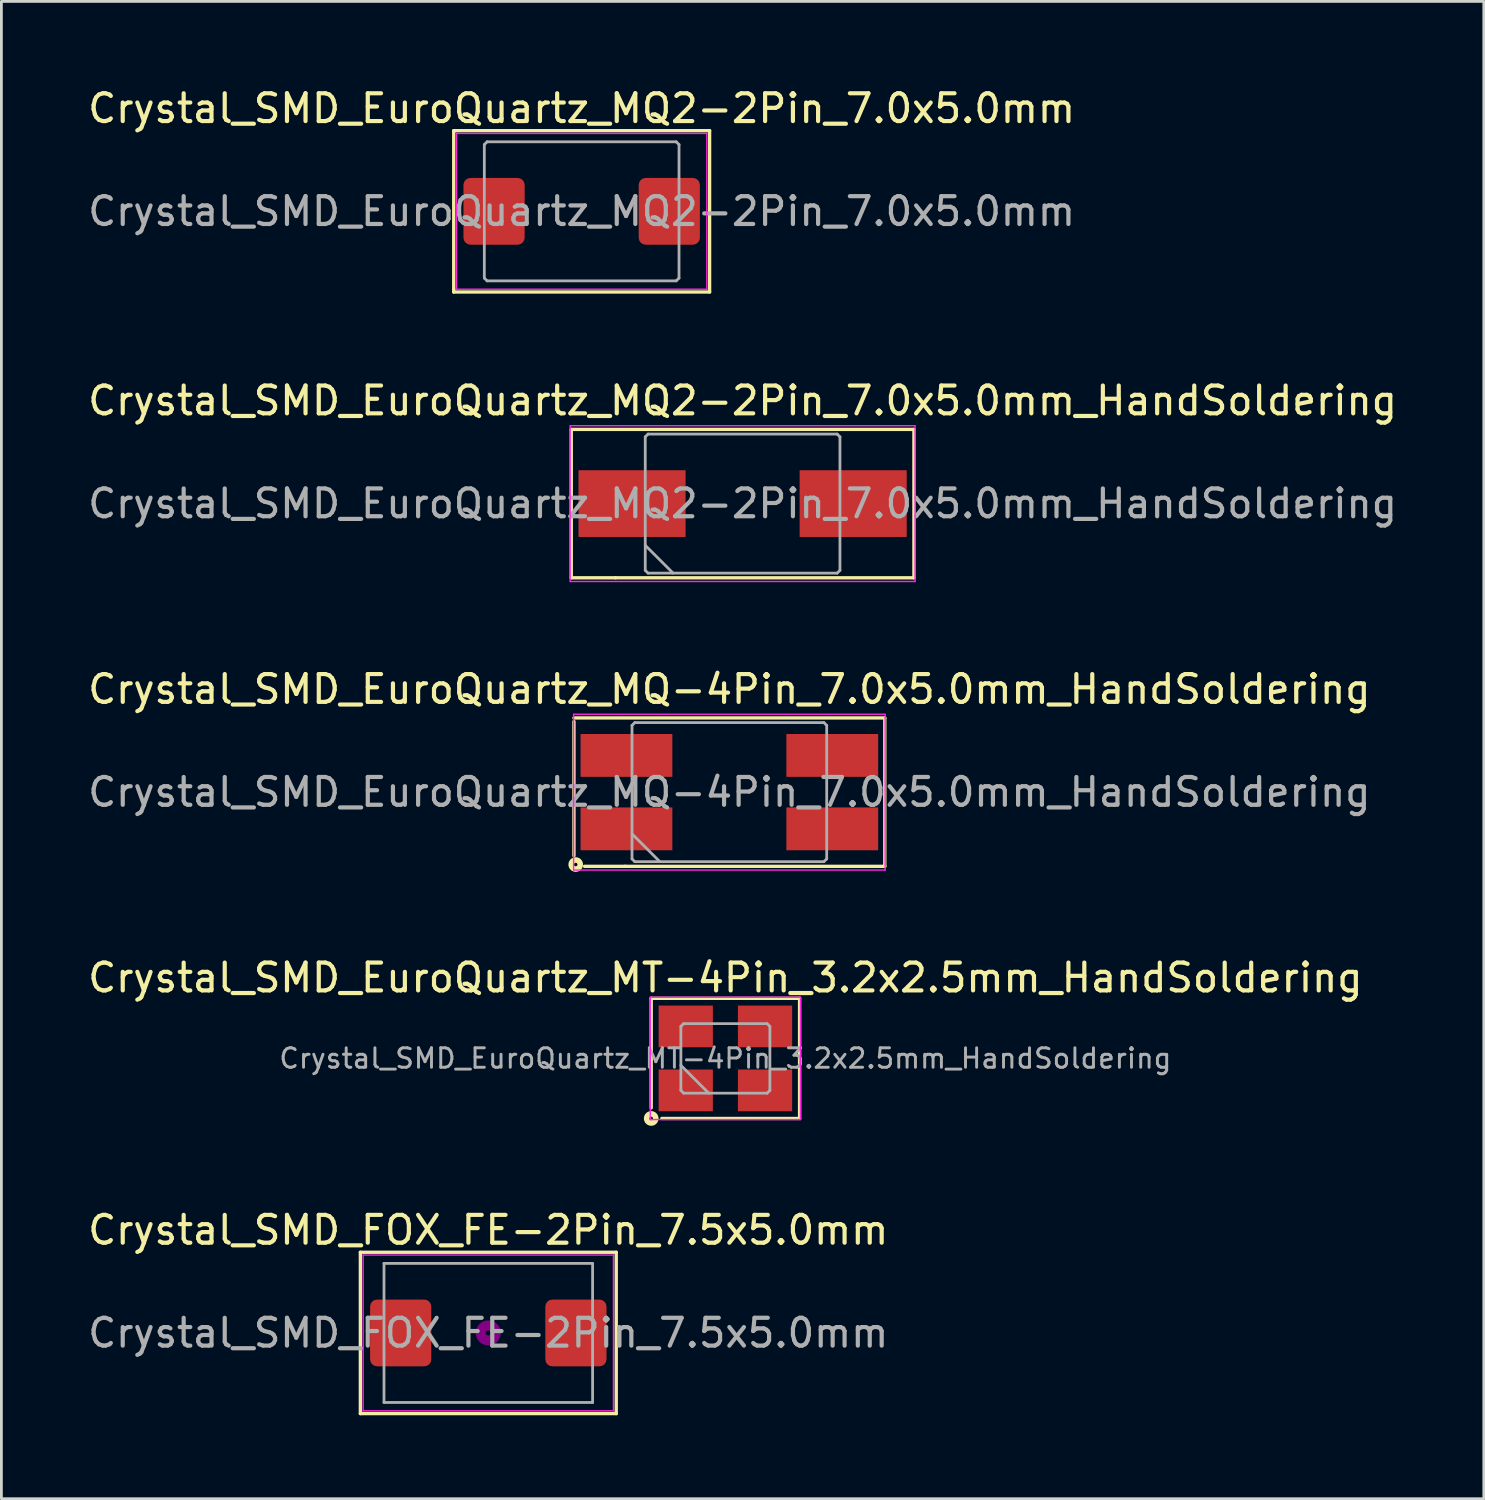
<source format=kicad_pcb>
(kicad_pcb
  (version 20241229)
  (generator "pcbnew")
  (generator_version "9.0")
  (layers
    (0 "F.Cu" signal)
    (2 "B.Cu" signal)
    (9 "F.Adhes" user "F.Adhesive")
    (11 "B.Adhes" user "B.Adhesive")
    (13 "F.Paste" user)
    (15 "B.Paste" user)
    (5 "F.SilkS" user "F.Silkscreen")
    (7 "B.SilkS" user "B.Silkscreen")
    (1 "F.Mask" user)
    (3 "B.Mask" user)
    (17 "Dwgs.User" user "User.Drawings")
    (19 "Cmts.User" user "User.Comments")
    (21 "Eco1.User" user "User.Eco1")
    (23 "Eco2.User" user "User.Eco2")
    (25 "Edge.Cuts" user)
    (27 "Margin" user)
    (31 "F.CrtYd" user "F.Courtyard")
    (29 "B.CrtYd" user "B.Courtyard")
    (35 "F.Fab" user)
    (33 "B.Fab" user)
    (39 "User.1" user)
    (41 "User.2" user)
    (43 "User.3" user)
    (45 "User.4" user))
  (footprint "Crystal_SMD_EuroQuartz_MQ-4Pin_7.0x5.0mm_HandSoldering"
    (layer "F.Cu")
    (at 23.173 25.43)
    (property "Reference" "Crystal_SMD_EuroQuartz_MQ-4Pin_7.0x5.0mm_HandSoldering" (at 0 -3.7 0) (layer "F.SilkS") (effects (font (size 1 1) (thickness 0.15))))
    (attr smd)
    (fp_line (start -5.588 -2.667) (end 5.588 -2.667) (stroke (width 0.12) (type solid)) (layer "F.SilkS"))
    (fp_line (start -5.588 -2.54) (end -5.588 2.286) (stroke (width 0.12) (type solid)) (layer "F.SilkS"))
    (fp_line (start -3.747 2.667) (end -5.207 2.667) (stroke (width 0.12) (type solid)) (layer "F.SilkS"))
    (fp_line (start 5.588 -2.667) (end 5.588 2.667) (stroke (width 0.12) (type solid)) (layer "F.SilkS"))
    (fp_line (start 5.588 2.667) (end -3.747 2.667) (stroke (width 0.12) (type solid)) (layer "F.SilkS"))
    (fp_circle (center -5.524 2.603) (end -5.461 2.603) (stroke (width 0.2) (type solid)) (fill no) (layer "F.SilkS"))
    (fp_line (start -5.6 -2.8) (end -5.6 2.8) (stroke (width 0.05) (type solid)) (layer "F.CrtYd"))
    (fp_line (start -5.6 2.8) (end 5.6 2.8) (stroke (width 0.05) (type solid)) (layer "F.CrtYd"))
    (fp_line (start 5.6 -2.8) (end -5.6 -2.8) (stroke (width 0.05) (type solid)) (layer "F.CrtYd"))
    (fp_line (start 5.6 2.8) (end 5.6 -2.8) (stroke (width 0.05) (type solid)) (layer "F.CrtYd"))
    (fp_line (start -3.5 -2.4) (end -3.4 -2.5) (stroke (width 0.1) (type solid)) (layer "F.Fab"))
    (fp_line (start -3.5 1.5) (end -2.5 2.5) (stroke (width 0.1) (type solid)) (layer "F.Fab"))
    (fp_line (start -3.5 2.4) (end -3.5 -2.4) (stroke (width 0.1) (type solid)) (layer "F.Fab"))
    (fp_line (start -3.4 -2.5) (end 3.4 -2.5) (stroke (width 0.1) (type solid)) (layer "F.Fab"))
    (fp_line (start -3.4 2.5) (end -3.5 2.4) (stroke (width 0.1) (type solid)) (layer "F.Fab"))
    (fp_line (start 3.4 -2.5) (end 3.5 -2.4) (stroke (width 0.1) (type solid)) (layer "F.Fab"))
    (fp_line (start 3.4 2.5) (end -3.4 2.5) (stroke (width 0.1) (type solid)) (layer "F.Fab"))
    (fp_line (start 3.5 -2.4) (end 3.5 2.4) (stroke (width 0.1) (type solid)) (layer "F.Fab"))
    (fp_line (start 3.5 2.4) (end 3.4 2.5) (stroke (width 0.1) (type solid)) (layer "F.Fab"))
    (fp_text user "${REFERENCE}" (at 0 0 0) (layer "F.Fab") (effects (font (size 1 1) (thickness 0.15))))
    (pad "1" smd rect (at -3.7 1.32) (size 3.3 1.54) (layers "F.Cu" "F.Mask" "F.Paste"))
    (pad "2" smd rect (at 3.7 1.32) (size 3.3 1.54) (layers "F.Cu" "F.Mask" "F.Paste"))
    (pad "3" smd rect (at 3.7 -1.32) (size 3.3 1.54) (layers "F.Cu" "F.Mask" "F.Paste"))
    (pad "4" smd rect (at -3.7 -1.32) (size 3.3 1.54) (layers "F.Cu" "F.Mask" "F.Paste")))
  (footprint "Crystal_SMD_EuroQuartz_MQ2-2Pin_7.0x5.0mm"
    (layer "F.Cu")
    (at 17.863 4.548)
    (property "Reference" "Crystal_SMD_EuroQuartz_MQ2-2Pin_7.0x5.0mm" (at 0 -3.7 0) (layer "F.SilkS") (effects (font (size 1 1) (thickness 0.15))))
    (attr smd)
    (fp_line (start -4.6 -2.9) (end -4.6 2.8) (stroke (width 0.12) (type solid)) (layer "F.SilkS"))
    (fp_line (start -4.6 2.8) (end -4.6 2.9) (stroke (width 0.12) (type solid)) (layer "F.SilkS"))
    (fp_line (start -4.6 2.9) (end 4.6 2.9) (stroke (width 0.12) (type solid)) (layer "F.SilkS"))
    (fp_line (start 4.6 -2.9) (end -4.6 -2.9) (stroke (width 0.12) (type solid)) (layer "F.SilkS"))
    (fp_line (start 4.6 2.9) (end 4.6 -2.9) (stroke (width 0.12) (type solid)) (layer "F.SilkS"))
    (fp_line (start -4.5 -2.8) (end -4.5 2.8) (stroke (width 0.05) (type solid)) (layer "F.CrtYd"))
    (fp_line (start -4.5 2.8) (end 4.5 2.8) (stroke (width 0.05) (type solid)) (layer "F.CrtYd"))
    (fp_line (start 4.5 -2.8) (end -4.5 -2.8) (stroke (width 0.05) (type solid)) (layer "F.CrtYd"))
    (fp_line (start 4.5 2.8) (end 4.5 -2.8) (stroke (width 0.05) (type solid)) (layer "F.CrtYd"))
    (fp_line (start -3.5 -2.4) (end -3.4 -2.5) (stroke (width 0.1) (type solid)) (layer "F.Fab"))
    (fp_line (start -3.5 2.4) (end -3.5 -2.4) (stroke (width 0.1) (type solid)) (layer "F.Fab"))
    (fp_line (start -3.4 -2.5) (end 3.4 -2.5) (stroke (width 0.1) (type solid)) (layer "F.Fab"))
    (fp_line (start -3.4 2.5) (end -3.5 2.4) (stroke (width 0.1) (type solid)) (layer "F.Fab"))
    (fp_line (start 3.4 -2.5) (end 3.5 -2.4) (stroke (width 0.1) (type solid)) (layer "F.Fab"))
    (fp_line (start 3.4 2.5) (end -3.4 2.5) (stroke (width 0.1) (type solid)) (layer "F.Fab"))
    (fp_line (start 3.5 -2.4) (end 3.5 2.4) (stroke (width 0.1) (type solid)) (layer "F.Fab"))
    (fp_line (start 3.5 2.4) (end 3.4 2.5) (stroke (width 0.1) (type solid)) (layer "F.Fab"))
    (fp_text user "${REFERENCE}" (at 0 0 0) (layer "F.Fab") (effects (font (size 1 1) (thickness 0.15))))
    (pad "1" smd roundrect (at -3.15 0) (size 2.2 2.4) (layers "F.Cu" "F.Mask" "F.Paste") (roundrect_rratio 0.114))
    (pad "2" smd roundrect (at 3.15 0) (size 2.2 2.4) (layers "F.Cu" "F.Mask" "F.Paste") (roundrect_rratio 0.114)))
  (footprint "Crystal_SMD_EuroQuartz_MQ2-2Pin_7.0x5.0mm_HandSoldering"
    (layer "F.Cu")
    (at 23.649 15.056)
    (property "Reference" "Crystal_SMD_EuroQuartz_MQ2-2Pin_7.0x5.0mm_HandSoldering" (at 0 -3.7 0) (layer "F.SilkS") (effects (font (size 1 1) (thickness 0.15))))
    (attr smd)
    (fp_line (start -6.16 -2.667) (end -6.16 2.667) (stroke (width 0.12) (type solid)) (layer "F.SilkS"))
    (fp_line (start -6.16 -2.667) (end 6.16 -2.667) (stroke (width 0.12) (type solid)) (layer "F.SilkS"))
    (fp_line (start -4.572 2.667) (end -6.16 2.667) (stroke (width 0.12) (type solid)) (layer "F.SilkS"))
    (fp_line (start 6.16 -2.667) (end 6.16 2.667) (stroke (width 0.12) (type solid)) (layer "F.SilkS"))
    (fp_line (start 6.16 2.667) (end -4.572 2.667) (stroke (width 0.12) (type solid)) (layer "F.SilkS"))
    (fp_line (start -6.2 -2.8) (end -6.2 2.8) (stroke (width 0.05) (type solid)) (layer "F.CrtYd"))
    (fp_line (start -6.2 2.8) (end 6.2 2.8) (stroke (width 0.05) (type solid)) (layer "F.CrtYd"))
    (fp_line (start 6.2 -2.8) (end -6.2 -2.8) (stroke (width 0.05) (type solid)) (layer "F.CrtYd"))
    (fp_line (start 6.2 2.8) (end 6.2 -2.8) (stroke (width 0.05) (type solid)) (layer "F.CrtYd"))
    (fp_line (start -3.5 -2.4) (end -3.4 -2.5) (stroke (width 0.1) (type solid)) (layer "F.Fab"))
    (fp_line (start -3.5 1.5) (end -2.5 2.5) (stroke (width 0.1) (type solid)) (layer "F.Fab"))
    (fp_line (start -3.5 2.4) (end -3.5 -2.4) (stroke (width 0.1) (type solid)) (layer "F.Fab"))
    (fp_line (start -3.4 -2.5) (end 3.4 -2.5) (stroke (width 0.1) (type solid)) (layer "F.Fab"))
    (fp_line (start -3.4 2.5) (end -3.5 2.4) (stroke (width 0.1) (type solid)) (layer "F.Fab"))
    (fp_line (start 3.4 -2.5) (end 3.5 -2.4) (stroke (width 0.1) (type solid)) (layer "F.Fab"))
    (fp_line (start 3.4 2.5) (end -3.4 2.5) (stroke (width 0.1) (type solid)) (layer "F.Fab"))
    (fp_line (start 3.5 -2.4) (end 3.5 2.4) (stroke (width 0.1) (type solid)) (layer "F.Fab"))
    (fp_line (start 3.5 2.4) (end 3.4 2.5) (stroke (width 0.1) (type solid)) (layer "F.Fab"))
    (fp_text user "${REFERENCE}" (at 0 0 0) (layer "F.Fab") (effects (font (size 1 1) (thickness 0.15))))
    (pad "1" smd rect (at -3.975 0) (size 3.85 2.4) (layers "F.Cu" "F.Mask" "F.Paste"))
    (pad "2" smd rect (at 3.975 0) (size 3.85 2.4) (layers "F.Cu" "F.Mask" "F.Paste")))
  (footprint "Crystal_SMD_EuroQuartz_MT-4Pin_3.2x2.5mm_HandSoldering"
    (layer "F.Cu")
    (at 23.03 35.003)
    (property "Reference" "Crystal_SMD_EuroQuartz_MT-4Pin_3.2x2.5mm_HandSoldering" (at 0 -2.9 0) (layer "F.SilkS") (effects (font (size 1 1) (thickness 0.15))))
    (attr smd)
    (fp_line (start -2.667 -2.159) (end 2.667 -2.159) (stroke (width 0.12) (type solid)) (layer "F.SilkS"))
    (fp_line (start -2.667 1.778) (end -2.667 -2.159) (stroke (width 0.12) (type solid)) (layer "F.SilkS"))
    (fp_line (start 2.667 -2.159) (end 2.667 2.159) (stroke (width 0.12) (type solid)) (layer "F.SilkS"))
    (fp_line (start 2.667 2.159) (end -2.286 2.159) (stroke (width 0.12) (type solid)) (layer "F.SilkS"))
    (fp_circle (center -2.667 2.159) (end -2.603 2.159) (stroke (width 0.2) (type solid)) (fill no) (layer "F.SilkS"))
    (fp_line (start -2.7 -2.2) (end -2.7 2.2) (stroke (width 0.05) (type solid)) (layer "F.CrtYd"))
    (fp_line (start -2.7 2.2) (end 2.7 2.2) (stroke (width 0.05) (type solid)) (layer "F.CrtYd"))
    (fp_line (start 2.7 -2.2) (end -2.7 -2.2) (stroke (width 0.05) (type solid)) (layer "F.CrtYd"))
    (fp_line (start 2.7 2.2) (end 2.7 -2.2) (stroke (width 0.05) (type solid)) (layer "F.CrtYd"))
    (fp_line (start -1.6 -1.15) (end -1.5 -1.25) (stroke (width 0.1) (type solid)) (layer "F.Fab"))
    (fp_line (start -1.6 0.25) (end -0.6 1.25) (stroke (width 0.1) (type solid)) (layer "F.Fab"))
    (fp_line (start -1.6 1.15) (end -1.6 -1.15) (stroke (width 0.1) (type solid)) (layer "F.Fab"))
    (fp_line (start -1.5 -1.25) (end 1.5 -1.25) (stroke (width 0.1) (type solid)) (layer "F.Fab"))
    (fp_line (start -1.5 1.25) (end -1.6 1.15) (stroke (width 0.1) (type solid)) (layer "F.Fab"))
    (fp_line (start 1.5 -1.25) (end 1.6 -1.15) (stroke (width 0.1) (type solid)) (layer "F.Fab"))
    (fp_line (start 1.5 1.25) (end -1.5 1.25) (stroke (width 0.1) (type solid)) (layer "F.Fab"))
    (fp_line (start 1.6 -1.15) (end 1.6 1.15) (stroke (width 0.1) (type solid)) (layer "F.Fab"))
    (fp_line (start 1.6 1.15) (end 1.5 1.25) (stroke (width 0.1) (type solid)) (layer "F.Fab"))
    (fp_text user "${REFERENCE}" (at 0 0 0) (layer "F.Fab") (effects (font (size 0.7 0.7) (thickness 0.105))))
    (pad "1" smd rect (at -1.425 1.15) (size 1.95 1.5) (layers "F.Cu" "F.Mask" "F.Paste"))
    (pad "2" smd rect (at 1.425 1.15) (size 1.95 1.5) (layers "F.Cu" "F.Mask" "F.Paste"))
    (pad "3" smd rect (at 1.425 -1.15) (size 1.95 1.5) (layers "F.Cu" "F.Mask" "F.Paste"))
    (pad "4" smd rect (at -1.425 -1.15) (size 1.95 1.5) (layers "F.Cu" "F.Mask" "F.Paste")))
  (footprint "Crystal_SMD_FOX_FE-2Pin_7.5x5.0mm"
    (layer "F.Cu")
    (at 14.506 44.874)
    (property "Reference" "Crystal_SMD_FOX_FE-2Pin_7.5x5.0mm" (at 0 -3.7 0) (layer "F.SilkS") (effects (font (size 1 1) (thickness 0.15))))
    (attr smd)
    (fp_line (start -4.6 -2.9) (end -4.6 2.9) (stroke (width 0.12) (type solid)) (layer "F.SilkS"))
    (fp_line (start -4.6 2.9) (end 4.6 2.9) (stroke (width 0.12) (type solid)) (layer "F.SilkS"))
    (fp_line (start 4.6 -2.9) (end -4.6 -2.9) (stroke (width 0.12) (type solid)) (layer "F.SilkS"))
    (fp_line (start 4.6 2.9) (end 4.6 -2.9) (stroke (width 0.12) (type solid)) (layer "F.SilkS"))
    (fp_circle (center 0 0) (end 0.093 0) (stroke (width 0.187) (type solid)) (fill no) (layer "F.Adhes"))
    (fp_circle (center 0 0) (end 0.213 0) (stroke (width 0.133) (type solid)) (fill no) (layer "F.Adhes"))
    (fp_circle (center 0 0) (end 0.333 0) (stroke (width 0.133) (type solid)) (fill no) (layer "F.Adhes"))
    (fp_circle (center 0 0) (end 0.4 0) (stroke (width 0.1) (type solid)) (fill no) (layer "F.Adhes"))
    (fp_line (start -4.5 -2.8) (end -4.5 2.8) (stroke (width 0.05) (type solid)) (layer "F.CrtYd"))
    (fp_line (start -4.5 2.8) (end 4.5 2.8) (stroke (width 0.05) (type solid)) (layer "F.CrtYd"))
    (fp_line (start 4.5 -2.8) (end -4.5 -2.8) (stroke (width 0.05) (type solid)) (layer "F.CrtYd"))
    (fp_line (start 4.5 2.8) (end 4.5 -2.8) (stroke (width 0.05) (type solid)) (layer "F.CrtYd"))
    (fp_line (start -3.75 -2.5) (end -3.75 2.5) (stroke (width 0.1) (type solid)) (layer "F.Fab"))
    (fp_line (start -3.75 2.5) (end 3.75 2.5) (stroke (width 0.1) (type solid)) (layer "F.Fab"))
    (fp_line (start 3.75 -2.5) (end -3.75 -2.5) (stroke (width 0.1) (type solid)) (layer "F.Fab"))
    (fp_line (start 3.75 2.5) (end 3.75 -2.5) (stroke (width 0.1) (type solid)) (layer "F.Fab"))
    (fp_text user "${REFERENCE}" (at 0 0 0) (layer "F.Fab") (effects (font (size 1 1) (thickness 0.15))))
    (pad "1" smd roundrect (at -3.15 0) (size 2.2 2.4) (layers "F.Cu" "F.Mask" "F.Paste") (roundrect_rratio 0.114))
    (pad "2" smd roundrect (at 3.15 0) (size 2.2 2.4) (layers "F.Cu" "F.Mask" "F.Paste") (roundrect_rratio 0.114)))
  (gr_rect
    (start -3 -3)
    (end 50.298 50.834)
    (stroke (width 0.1) (type default))
    (fill no)
    (layer "Edge.Cuts")))
</source>
